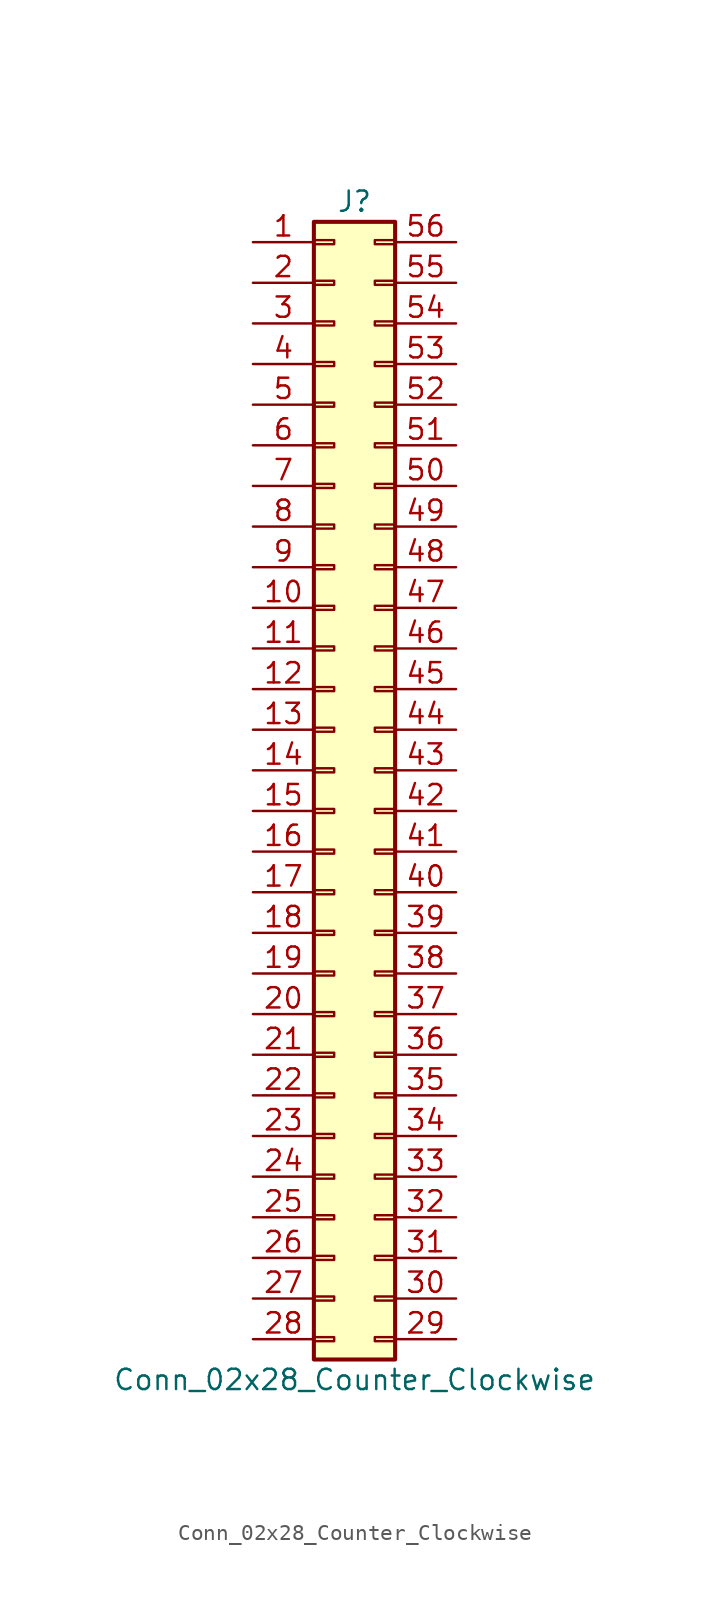
<source format=kicad_sym>
(kicad_symbol_lib
  (version 20201005)
  (generator kicad_symbol_editor)
  (symbol "Conn_02x28_Counter_Clockwise"
    (pin_names
      (offset 1.016) hide)
    (property "Reference" "J"
      (at 1.27 35.56 0)
      (effects (font (size 1.27 1.27))))
    (property "Value" "Conn_02x28_Counter_Clockwise"
      (at 1.27 -38.1 0)
      (effects (font (size 1.27 1.27))))
    (symbol "Conn_02x28_Counter_Clockwise_1_1"
      (rectangle (start -1.27 -35.433) (end 0 -35.687) (stroke (width 0.152)) (fill (type none)))
      (rectangle (start -1.27 -32.893) (end 0 -33.147) (stroke (width 0.152)) (fill (type none)))
      (rectangle (start -1.27 -30.353) (end 0 -30.607) (stroke (width 0.152)) (fill (type none)))
      (rectangle (start -1.27 -27.813) (end 0 -28.067) (stroke (width 0.152)) (fill (type none)))
      (rectangle (start -1.27 -25.273) (end 0 -25.527) (stroke (width 0.152)) (fill (type none)))
      (rectangle (start -1.27 -22.733) (end 0 -22.987) (stroke (width 0.152)) (fill (type none)))
      (rectangle (start -1.27 -20.193) (end 0 -20.447) (stroke (width 0.152)) (fill (type none)))
      (rectangle (start -1.27 -17.653) (end 0 -17.907) (stroke (width 0.152)) (fill (type none)))
      (rectangle (start -1.27 -15.113) (end 0 -15.367) (stroke (width 0.152)) (fill (type none)))
      (rectangle (start -1.27 -12.573) (end 0 -12.827) (stroke (width 0.152)) (fill (type none)))
      (rectangle (start -1.27 -10.033) (end 0 -10.287) (stroke (width 0.152)) (fill (type none)))
      (rectangle (start -1.27 -7.493) (end 0 -7.747) (stroke (width 0.152)) (fill (type none)))
      (rectangle (start -1.27 -4.953) (end 0 -5.207) (stroke (width 0.152)) (fill (type none)))
      (rectangle (start -1.27 -2.413) (end 0 -2.667) (stroke (width 0.152)) (fill (type none)))
      (rectangle (start -1.27 0.127) (end 0 -0.127) (stroke (width 0.152)) (fill (type none)))
      (rectangle (start -1.27 2.667) (end 0 2.413) (stroke (width 0.152)) (fill (type none)))
      (rectangle (start -1.27 5.207) (end 0 4.953) (stroke (width 0.152)) (fill (type none)))
      (rectangle (start -1.27 7.747) (end 0 7.493) (stroke (width 0.152)) (fill (type none)))
      (rectangle (start -1.27 10.287) (end 0 10.033) (stroke (width 0.152)) (fill (type none)))
      (rectangle (start -1.27 12.827) (end 0 12.573) (stroke (width 0.152)) (fill (type none)))
      (rectangle (start -1.27 15.367) (end 0 15.113) (stroke (width 0.152)) (fill (type none)))
      (rectangle (start -1.27 17.907) (end 0 17.653) (stroke (width 0.152)) (fill (type none)))
      (rectangle (start -1.27 20.447) (end 0 20.193) (stroke (width 0.152)) (fill (type none)))
      (rectangle (start -1.27 22.987) (end 0 22.733) (stroke (width 0.152)) (fill (type none)))
      (rectangle (start -1.27 25.527) (end 0 25.273) (stroke (width 0.152)) (fill (type none)))
      (rectangle (start -1.27 28.067) (end 0 27.813) (stroke (width 0.152)) (fill (type none)))
      (rectangle (start -1.27 30.607) (end 0 30.353) (stroke (width 0.152)) (fill (type none)))
      (rectangle (start -1.27 33.147) (end 0 32.893) (stroke (width 0.152)) (fill (type none)))
      (rectangle (start -1.27 34.29) (end 3.81 -36.83) (stroke (width 0.254)) (fill (type background)))
      (rectangle (start 3.81 -35.433) (end 2.54 -35.687) (stroke (width 0.152)) (fill (type none)))
      (rectangle (start 3.81 -32.893) (end 2.54 -33.147) (stroke (width 0.152)) (fill (type none)))
      (rectangle (start 3.81 -30.353) (end 2.54 -30.607) (stroke (width 0.152)) (fill (type none)))
      (rectangle (start 3.81 -27.813) (end 2.54 -28.067) (stroke (width 0.152)) (fill (type none)))
      (rectangle (start 3.81 -25.273) (end 2.54 -25.527) (stroke (width 0.152)) (fill (type none)))
      (rectangle (start 3.81 -22.733) (end 2.54 -22.987) (stroke (width 0.152)) (fill (type none)))
      (rectangle (start 3.81 -20.193) (end 2.54 -20.447) (stroke (width 0.152)) (fill (type none)))
      (rectangle (start 3.81 -17.653) (end 2.54 -17.907) (stroke (width 0.152)) (fill (type none)))
      (rectangle (start 3.81 -15.113) (end 2.54 -15.367) (stroke (width 0.152)) (fill (type none)))
      (rectangle (start 3.81 -12.573) (end 2.54 -12.827) (stroke (width 0.152)) (fill (type none)))
      (rectangle (start 3.81 -10.033) (end 2.54 -10.287) (stroke (width 0.152)) (fill (type none)))
      (rectangle (start 3.81 -7.493) (end 2.54 -7.747) (stroke (width 0.152)) (fill (type none)))
      (rectangle (start 3.81 -4.953) (end 2.54 -5.207) (stroke (width 0.152)) (fill (type none)))
      (rectangle (start 3.81 -2.413) (end 2.54 -2.667) (stroke (width 0.152)) (fill (type none)))
      (rectangle (start 3.81 0.127) (end 2.54 -0.127) (stroke (width 0.152)) (fill (type none)))
      (rectangle (start 3.81 2.667) (end 2.54 2.413) (stroke (width 0.152)) (fill (type none)))
      (rectangle (start 3.81 5.207) (end 2.54 4.953) (stroke (width 0.152)) (fill (type none)))
      (rectangle (start 3.81 7.747) (end 2.54 7.493) (stroke (width 0.152)) (fill (type none)))
      (rectangle (start 3.81 10.287) (end 2.54 10.033) (stroke (width 0.152)) (fill (type none)))
      (rectangle (start 3.81 12.827) (end 2.54 12.573) (stroke (width 0.152)) (fill (type none)))
      (rectangle (start 3.81 15.367) (end 2.54 15.113) (stroke (width 0.152)) (fill (type none)))
      (rectangle (start 3.81 17.907) (end 2.54 17.653) (stroke (width 0.152)) (fill (type none)))
      (rectangle (start 3.81 20.447) (end 2.54 20.193) (stroke (width 0.152)) (fill (type none)))
      (rectangle (start 3.81 22.987) (end 2.54 22.733) (stroke (width 0.152)) (fill (type none)))
      (rectangle (start 3.81 25.527) (end 2.54 25.273) (stroke (width 0.152)) (fill (type none)))
      (rectangle (start 3.81 28.067) (end 2.54 27.813) (stroke (width 0.152)) (fill (type none)))
      (rectangle (start 3.81 30.607) (end 2.54 30.353) (stroke (width 0.152)) (fill (type none)))
      (rectangle (start 3.81 33.147) (end 2.54 32.893) (stroke (width 0.152)) (fill (type none)))
      (pin passive line (at -5.08 33.02 0) (length 3.81) (name "Pin_1" (effects (font (size 1.27 1.27)))) (number "1" (effects (font (size 1.27 1.27)))))
      (pin passive line (at -5.08 10.16 0) (length 3.81) (name "Pin_10" (effects (font (size 1.27 1.27)))) (number "10" (effects (font (size 1.27 1.27)))))
      (pin passive line (at -5.08 7.62 0) (length 3.81) (name "Pin_11" (effects (font (size 1.27 1.27)))) (number "11" (effects (font (size 1.27 1.27)))))
      (pin passive line (at -5.08 5.08 0) (length 3.81) (name "Pin_12" (effects (font (size 1.27 1.27)))) (number "12" (effects (font (size 1.27 1.27)))))
      (pin passive line (at -5.08 2.54 0) (length 3.81) (name "Pin_13" (effects (font (size 1.27 1.27)))) (number "13" (effects (font (size 1.27 1.27)))))
      (pin passive line (at -5.08 0 0) (length 3.81) (name "Pin_14" (effects (font (size 1.27 1.27)))) (number "14" (effects (font (size 1.27 1.27)))))
      (pin passive line (at -5.08 -2.54 0) (length 3.81) (name "Pin_15" (effects (font (size 1.27 1.27)))) (number "15" (effects (font (size 1.27 1.27)))))
      (pin passive line (at -5.08 -5.08 0) (length 3.81) (name "Pin_16" (effects (font (size 1.27 1.27)))) (number "16" (effects (font (size 1.27 1.27)))))
      (pin passive line (at -5.08 -7.62 0) (length 3.81) (name "Pin_17" (effects (font (size 1.27 1.27)))) (number "17" (effects (font (size 1.27 1.27)))))
      (pin passive line (at -5.08 -10.16 0) (length 3.81) (name "Pin_18" (effects (font (size 1.27 1.27)))) (number "18" (effects (font (size 1.27 1.27)))))
      (pin passive line (at -5.08 -12.7 0) (length 3.81) (name "Pin_19" (effects (font (size 1.27 1.27)))) (number "19" (effects (font (size 1.27 1.27)))))
      (pin passive line (at -5.08 30.48 0) (length 3.81) (name "Pin_2" (effects (font (size 1.27 1.27)))) (number "2" (effects (font (size 1.27 1.27)))))
      (pin passive line (at -5.08 -15.24 0) (length 3.81) (name "Pin_20" (effects (font (size 1.27 1.27)))) (number "20" (effects (font (size 1.27 1.27)))))
      (pin passive line (at -5.08 -17.78 0) (length 3.81) (name "Pin_21" (effects (font (size 1.27 1.27)))) (number "21" (effects (font (size 1.27 1.27)))))
      (pin passive line (at -5.08 -20.32 0) (length 3.81) (name "Pin_22" (effects (font (size 1.27 1.27)))) (number "22" (effects (font (size 1.27 1.27)))))
      (pin passive line (at -5.08 -22.86 0) (length 3.81) (name "Pin_23" (effects (font (size 1.27 1.27)))) (number "23" (effects (font (size 1.27 1.27)))))
      (pin passive line (at -5.08 -25.4 0) (length 3.81) (name "Pin_24" (effects (font (size 1.27 1.27)))) (number "24" (effects (font (size 1.27 1.27)))))
      (pin passive line (at -5.08 -27.94 0) (length 3.81) (name "Pin_25" (effects (font (size 1.27 1.27)))) (number "25" (effects (font (size 1.27 1.27)))))
      (pin passive line (at -5.08 -30.48 0) (length 3.81) (name "Pin_26" (effects (font (size 1.27 1.27)))) (number "26" (effects (font (size 1.27 1.27)))))
      (pin passive line (at -5.08 -33.02 0) (length 3.81) (name "Pin_27" (effects (font (size 1.27 1.27)))) (number "27" (effects (font (size 1.27 1.27)))))
      (pin passive line (at -5.08 -35.56 0) (length 3.81) (name "Pin_28" (effects (font (size 1.27 1.27)))) (number "28" (effects (font (size 1.27 1.27)))))
      (pin passive line (at 7.62 -35.56 180) (length 3.81) (name "Pin_29" (effects (font (size 1.27 1.27)))) (number "29" (effects (font (size 1.27 1.27)))))
      (pin passive line (at -5.08 27.94 0) (length 3.81) (name "Pin_3" (effects (font (size 1.27 1.27)))) (number "3" (effects (font (size 1.27 1.27)))))
      (pin passive line (at 7.62 -33.02 180) (length 3.81) (name "Pin_30" (effects (font (size 1.27 1.27)))) (number "30" (effects (font (size 1.27 1.27)))))
      (pin passive line (at 7.62 -30.48 180) (length 3.81) (name "Pin_31" (effects (font (size 1.27 1.27)))) (number "31" (effects (font (size 1.27 1.27)))))
      (pin passive line (at 7.62 -27.94 180) (length 3.81) (name "Pin_32" (effects (font (size 1.27 1.27)))) (number "32" (effects (font (size 1.27 1.27)))))
      (pin passive line (at 7.62 -25.4 180) (length 3.81) (name "Pin_33" (effects (font (size 1.27 1.27)))) (number "33" (effects (font (size 1.27 1.27)))))
      (pin passive line (at 7.62 -22.86 180) (length 3.81) (name "Pin_34" (effects (font (size 1.27 1.27)))) (number "34" (effects (font (size 1.27 1.27)))))
      (pin passive line (at 7.62 -20.32 180) (length 3.81) (name "Pin_35" (effects (font (size 1.27 1.27)))) (number "35" (effects (font (size 1.27 1.27)))))
      (pin passive line (at 7.62 -17.78 180) (length 3.81) (name "Pin_36" (effects (font (size 1.27 1.27)))) (number "36" (effects (font (size 1.27 1.27)))))
      (pin passive line (at 7.62 -15.24 180) (length 3.81) (name "Pin_37" (effects (font (size 1.27 1.27)))) (number "37" (effects (font (size 1.27 1.27)))))
      (pin passive line (at 7.62 -12.7 180) (length 3.81) (name "Pin_38" (effects (font (size 1.27 1.27)))) (number "38" (effects (font (size 1.27 1.27)))))
      (pin passive line (at 7.62 -10.16 180) (length 3.81) (name "Pin_39" (effects (font (size 1.27 1.27)))) (number "39" (effects (font (size 1.27 1.27)))))
      (pin passive line (at -5.08 25.4 0) (length 3.81) (name "Pin_4" (effects (font (size 1.27 1.27)))) (number "4" (effects (font (size 1.27 1.27)))))
      (pin passive line (at 7.62 -7.62 180) (length 3.81) (name "Pin_40" (effects (font (size 1.27 1.27)))) (number "40" (effects (font (size 1.27 1.27)))))
      (pin passive line (at 7.62 -5.08 180) (length 3.81) (name "Pin_41" (effects (font (size 1.27 1.27)))) (number "41" (effects (font (size 1.27 1.27)))))
      (pin passive line (at 7.62 -2.54 180) (length 3.81) (name "Pin_42" (effects (font (size 1.27 1.27)))) (number "42" (effects (font (size 1.27 1.27)))))
      (pin passive line (at 7.62 0 180) (length 3.81) (name "Pin_43" (effects (font (size 1.27 1.27)))) (number "43" (effects (font (size 1.27 1.27)))))
      (pin passive line (at 7.62 2.54 180) (length 3.81) (name "Pin_44" (effects (font (size 1.27 1.27)))) (number "44" (effects (font (size 1.27 1.27)))))
      (pin passive line (at 7.62 5.08 180) (length 3.81) (name "Pin_45" (effects (font (size 1.27 1.27)))) (number "45" (effects (font (size 1.27 1.27)))))
      (pin passive line (at 7.62 7.62 180) (length 3.81) (name "Pin_46" (effects (font (size 1.27 1.27)))) (number "46" (effects (font (size 1.27 1.27)))))
      (pin passive line (at 7.62 10.16 180) (length 3.81) (name "Pin_47" (effects (font (size 1.27 1.27)))) (number "47" (effects (font (size 1.27 1.27)))))
      (pin passive line (at 7.62 12.7 180) (length 3.81) (name "Pin_48" (effects (font (size 1.27 1.27)))) (number "48" (effects (font (size 1.27 1.27)))))
      (pin passive line (at 7.62 15.24 180) (length 3.81) (name "Pin_49" (effects (font (size 1.27 1.27)))) (number "49" (effects (font (size 1.27 1.27)))))
      (pin passive line (at -5.08 22.86 0) (length 3.81) (name "Pin_5" (effects (font (size 1.27 1.27)))) (number "5" (effects (font (size 1.27 1.27)))))
      (pin passive line (at 7.62 17.78 180) (length 3.81) (name "Pin_50" (effects (font (size 1.27 1.27)))) (number "50" (effects (font (size 1.27 1.27)))))
      (pin passive line (at 7.62 20.32 180) (length 3.81) (name "Pin_51" (effects (font (size 1.27 1.27)))) (number "51" (effects (font (size 1.27 1.27)))))
      (pin passive line (at 7.62 22.86 180) (length 3.81) (name "Pin_52" (effects (font (size 1.27 1.27)))) (number "52" (effects (font (size 1.27 1.27)))))
      (pin passive line (at 7.62 25.4 180) (length 3.81) (name "Pin_53" (effects (font (size 1.27 1.27)))) (number "53" (effects (font (size 1.27 1.27)))))
      (pin passive line (at 7.62 27.94 180) (length 3.81) (name "Pin_54" (effects (font (size 1.27 1.27)))) (number "54" (effects (font (size 1.27 1.27)))))
      (pin passive line (at 7.62 30.48 180) (length 3.81) (name "Pin_55" (effects (font (size 1.27 1.27)))) (number "55" (effects (font (size 1.27 1.27)))))
      (pin passive line (at 7.62 33.02 180) (length 3.81) (name "Pin_56" (effects (font (size 1.27 1.27)))) (number "56" (effects (font (size 1.27 1.27)))))
      (pin passive line (at -5.08 20.32 0) (length 3.81) (name "Pin_6" (effects (font (size 1.27 1.27)))) (number "6" (effects (font (size 1.27 1.27)))))
      (pin passive line (at -5.08 17.78 0) (length 3.81) (name "Pin_7" (effects (font (size 1.27 1.27)))) (number "7" (effects (font (size 1.27 1.27)))))
      (pin passive line (at -5.08 15.24 0) (length 3.81) (name "Pin_8" (effects (font (size 1.27 1.27)))) (number "8" (effects (font (size 1.27 1.27)))))
      (pin passive line (at -5.08 12.7 0) (length 3.81) (name "Pin_9" (effects (font (size 1.27 1.27)))) (number "9" (effects (font (size 1.27 1.27))))))))
</source>
